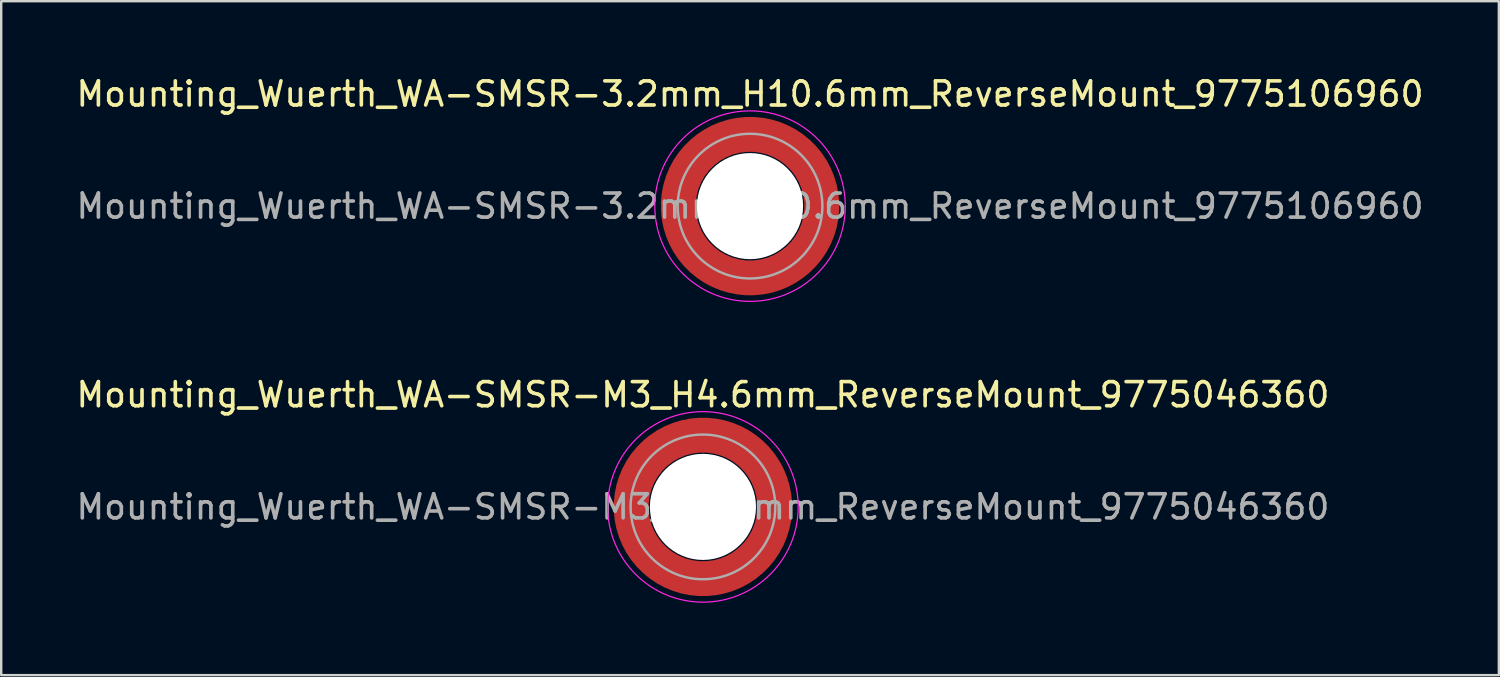
<source format=kicad_pcb>
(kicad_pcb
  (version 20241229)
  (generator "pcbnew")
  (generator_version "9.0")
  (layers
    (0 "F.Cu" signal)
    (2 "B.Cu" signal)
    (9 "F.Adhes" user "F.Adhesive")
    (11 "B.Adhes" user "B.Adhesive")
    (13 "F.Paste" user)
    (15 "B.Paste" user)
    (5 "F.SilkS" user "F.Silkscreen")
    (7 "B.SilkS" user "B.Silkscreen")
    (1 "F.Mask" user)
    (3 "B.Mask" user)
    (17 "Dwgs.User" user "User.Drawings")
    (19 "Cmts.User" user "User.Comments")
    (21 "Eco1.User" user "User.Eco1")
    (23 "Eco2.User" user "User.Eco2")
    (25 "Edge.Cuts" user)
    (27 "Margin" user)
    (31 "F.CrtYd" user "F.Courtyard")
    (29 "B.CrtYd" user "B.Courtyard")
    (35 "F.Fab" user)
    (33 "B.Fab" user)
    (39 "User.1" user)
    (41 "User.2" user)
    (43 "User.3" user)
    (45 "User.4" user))
  (footprint "Mounting_Wuerth_WA-SMSR-3.2mm_H10.6mm_ReverseMount_9775106960"
    (layer "F.Cu")
    (at 28.054 5.498)
    (property "Reference" "Mounting_Wuerth_WA-SMSR-3.2mm_H10.6mm_ReverseMount_9775106960" (at 0 -4.65 0) (layer "F.SilkS") (effects (font (size 1 1) (thickness 0.15))))
    (attr smd allow_soldermask_bridges)
    (fp_circle (center 0 0) (end 3.95 0) (stroke (width 0.05) (type solid)) (fill no) (layer "F.CrtYd"))
    (fp_circle (center 0 0) (end 3 0) (stroke (width 0.1) (type solid)) (fill no) (layer "F.Fab"))
    (fp_text user "${REFERENCE}" (at 0 0 0) (layer "F.Fab") (effects (font (size 1 1) (thickness 0.15))))
    (pad "" smd custom (at -2.095 -2.095) (size 0.672 0.672) (layers "F.Paste") (options (anchor circle)) (primitives (gr_arc (start -0.24231 1.594804) (mid 0.404819 0.404819) (end 1.594804 -0.24231) (width 0.2)) (gr_arc (start -0.3398 1.594804) (mid 0.337349 0.337349) (end 1.594804 -0.3398) (width 0.2)) (gr_arc (start -0.437132 1.594804) (mid 0.269879 0.269879) (end 1.594804 -0.437132) (width 0.2)) (gr_arc (start -0.534324 1.594804) (mid 0.202409 0.202409) (end 1.594804 -0.534324) (width 0.2)) (gr_arc (start -0.631391 1.594804) (mid 0.13494 0.13494) (end 1.594804 -0.631391) (width 0.2)) (gr_arc (start -0.728345 1.594804) (mid 0.06747 0.06747) (end 1.594804 -0.728345) (width 0.2)) (gr_arc (start -0.825197 1.594804) (mid 0 0) (end 1.594804 -0.825197) (width 0.2)) (gr_arc (start -0.921958 1.594804) (mid -0.06747 -0.06747) (end 1.594804 -0.921958) (width 0.2)) (gr_arc (start -1.018637 1.594804) (mid -0.13494 -0.13494) (end 1.594804 -1.018637) (width 0.2)) (gr_arc (start -1.115239 1.594804) (mid -0.202409 -0.202409) (end 1.594804 -1.115239) (width 0.2)) (gr_arc (start -1.211773 1.594804) (mid -0.269879 -0.269879) (end 1.594804 -1.211773) (width 0.2)) (gr_arc (start -1.308244 1.594804) (mid -0.337349 -0.337349) (end 1.594804 -1.308244) (width 0.2)) (gr_arc (start -1.404657 1.594804) (mid -0.404819 -0.404819) (end 1.594804 -1.404657) (width 0.2)) (gr_arc (start -1.404657 1.594804) (mid -0.404819 -0.404819) (end 1.594804 -1.404657) (width 0.2)) (gr_line (start 1.595 -0.242) (end 1.595 -1.405) (width 0.2)) (gr_line (start -0.242 1.595) (end -1.405 1.595) (width 0.2))))
    (pad "" smd custom (at -2.095 2.095) (size 0.672 0.672) (layers "F.Paste") (options (anchor circle)) (primitives (gr_arc (start 1.594804 0.24231) (mid 0.404819 -0.404819) (end -0.24231 -1.594804) (width 0.2)) (gr_arc (start 1.594804 0.3398) (mid 0.337349 -0.337349) (end -0.3398 -1.594804) (width 0.2)) (gr_arc (start 1.594804 0.437132) (mid 0.269879 -0.269879) (end -0.437132 -1.594804) (width 0.2)) (gr_arc (start 1.594804 0.534324) (mid 0.202409 -0.202409) (end -0.534324 -1.594804) (width 0.2)) (gr_arc (start 1.594804 0.631391) (mid 0.13494 -0.13494) (end -0.631391 -1.594804) (width 0.2)) (gr_arc (start 1.594804 0.728345) (mid 0.06747 -0.06747) (end -0.728345 -1.594804) (width 0.2)) (gr_arc (start 1.594804 0.825197) (mid 0 0) (end -0.825197 -1.594804) (width 0.2)) (gr_arc (start 1.594804 0.921958) (mid -0.06747 0.06747) (end -0.921958 -1.594804) (width 0.2)) (gr_arc (start 1.594804 1.018637) (mid -0.13494 0.13494) (end -1.018637 -1.594804) (width 0.2)) (gr_arc (start 1.594804 1.115239) (mid -0.202409 0.202409) (end -1.115239 -1.594804) (width 0.2)) (gr_arc (start 1.594804 1.211773) (mid -0.269879 0.269879) (end -1.211773 -1.594804) (width 0.2)) (gr_arc (start 1.594804 1.308244) (mid -0.337349 0.337349) (end -1.308244 -1.594804) (width 0.2)) (gr_arc (start 1.594804 1.404657) (mid -0.404819 0.404819) (end -1.404657 -1.594804) (width 0.2)) (gr_arc (start 1.594804 1.404657) (mid -0.404819 0.404819) (end -1.404657 -1.594804) (width 0.2)) (gr_line (start -0.242 -1.595) (end -1.405 -1.595) (width 0.2)) (gr_line (start 1.595 0.242) (end 1.595 1.405) (width 0.2))))
    (pad "" np_thru_hole circle (at 0 0) (size 4.4 4.4) (drill 4.4) (layers "*.Cu" "*.Mask"))
    (pad "" smd custom (at 2.095 -2.095) (size 0.672 0.672) (layers "F.Paste") (options (anchor circle)) (primitives (gr_arc (start -1.594804 -0.24231) (mid -0.404819 0.404819) (end 0.24231 1.594804) (width 0.2)) (gr_arc (start -1.594804 -0.3398) (mid -0.337349 0.337349) (end 0.3398 1.594804) (width 0.2)) (gr_arc (start -1.594804 -0.437132) (mid -0.269879 0.269879) (end 0.437132 1.594804) (width 0.2)) (gr_arc (start -1.594804 -0.534324) (mid -0.202409 0.202409) (end 0.534324 1.594804) (width 0.2)) (gr_arc (start -1.594804 -0.631391) (mid -0.13494 0.13494) (end 0.631391 1.594804) (width 0.2)) (gr_arc (start -1.594804 -0.728345) (mid -0.06747 0.06747) (end 0.728345 1.594804) (width 0.2)) (gr_arc (start -1.594804 -0.825197) (mid 0 0) (end 0.825197 1.594804) (width 0.2)) (gr_arc (start -1.594804 -0.921958) (mid 0.06747 -0.06747) (end 0.921958 1.594804) (width 0.2)) (gr_arc (start -1.594804 -1.018637) (mid 0.13494 -0.13494) (end 1.018637 1.594804) (width 0.2)) (gr_arc (start -1.594804 -1.115239) (mid 0.202409 -0.202409) (end 1.115239 1.594804) (width 0.2)) (gr_arc (start -1.594804 -1.211773) (mid 0.269879 -0.269879) (end 1.211773 1.594804) (width 0.2)) (gr_arc (start -1.594804 -1.308244) (mid 0.337349 -0.337349) (end 1.308244 1.594804) (width 0.2)) (gr_arc (start -1.594804 -1.404657) (mid 0.404819 -0.404819) (end 1.404657 1.594804) (width 0.2)) (gr_arc (start -1.594804 -1.404657) (mid 0.404819 -0.404819) (end 1.404657 1.594804) (width 0.2)) (gr_line (start 0.242 1.595) (end 1.405 1.595) (width 0.2)) (gr_line (start -1.595 -0.242) (end -1.595 -1.405) (width 0.2))))
    (pad "" smd custom (at 2.095 2.095) (size 0.672 0.672) (layers "F.Paste") (options (anchor circle)) (primitives (gr_arc (start 0.24231 -1.594804) (mid -0.404819 -0.404819) (end -1.594804 0.24231) (width 0.2)) (gr_arc (start 0.3398 -1.594804) (mid -0.337349 -0.337349) (end -1.594804 0.3398) (width 0.2)) (gr_arc (start 0.437132 -1.594804) (mid -0.269879 -0.269879) (end -1.594804 0.437132) (width 0.2)) (gr_arc (start 0.534324 -1.594804) (mid -0.202409 -0.202409) (end -1.594804 0.534324) (width 0.2)) (gr_arc (start 0.631391 -1.594804) (mid -0.13494 -0.13494) (end -1.594804 0.631391) (width 0.2)) (gr_arc (start 0.728345 -1.594804) (mid -0.06747 -0.06747) (end -1.594804 0.728345) (width 0.2)) (gr_arc (start 0.825197 -1.594804) (mid 0 0) (end -1.594804 0.825197) (width 0.2)) (gr_arc (start 0.921958 -1.594804) (mid 0.06747 0.06747) (end -1.594804 0.921958) (width 0.2)) (gr_arc (start 1.018637 -1.594804) (mid 0.13494 0.13494) (end -1.594804 1.018637) (width 0.2)) (gr_arc (start 1.115239 -1.594804) (mid 0.202409 0.202409) (end -1.594804 1.115239) (width 0.2)) (gr_arc (start 1.211773 -1.594804) (mid 0.269879 0.269879) (end -1.594804 1.211773) (width 0.2)) (gr_arc (start 1.308244 -1.594804) (mid 0.337349 0.337349) (end -1.594804 1.308244) (width 0.2)) (gr_arc (start 1.404657 -1.594804) (mid 0.404819 0.404819) (end -1.594804 1.404657) (width 0.2)) (gr_arc (start 1.404657 -1.594804) (mid 0.404819 0.404819) (end -1.594804 1.404657) (width 0.2)) (gr_line (start -1.595 0.242) (end -1.595 1.405) (width 0.2)) (gr_line (start 0.242 -1.595) (end 1.405 -1.595) (width 0.2))))
    (pad "1" smd circle (at -2.975 0) (size 0.942 0.942) (layers "F.Cu"))
    (pad "1" smd circle (at 0 -2.975) (size 0.942 0.942) (layers "F.Cu"))
    (pad "1" smd circle (at 0 2.975) (size 0.942 0.942) (layers "F.Cu"))
    (pad "1" smd custom (at 2.975 0) (size 1.45 1.45) (layers "F.Cu" "F.Mask") (options (anchor circle)) (primitives (gr_circle (center -2.975 0) (end 0 0) (width 1.45) (fill no)))))
  (footprint "Mounting_Wuerth_WA-SMSR-M3_H4.6mm_ReverseMount_9775046360"
    (layer "F.Cu")
    (at 26.101 17.971)
    (property "Reference" "Mounting_Wuerth_WA-SMSR-M3_H4.6mm_ReverseMount_9775046360" (at 0 -4.65 0) (layer "F.SilkS") (effects (font (size 1 1) (thickness 0.15))))
    (attr smd allow_soldermask_bridges)
    (fp_circle (center 0 0) (end 3.95 0) (stroke (width 0.05) (type solid)) (fill no) (layer "F.CrtYd"))
    (fp_circle (center 0 0) (end 3 0) (stroke (width 0.1) (type solid)) (fill no) (layer "F.Fab"))
    (fp_text user "${REFERENCE}" (at 0 0 0) (layer "F.Fab") (effects (font (size 1 1) (thickness 0.15))))
    (pad "" smd custom (at -2.095 -2.095) (size 0.672 0.672) (layers "F.Paste") (options (anchor circle)) (primitives (gr_arc (start -0.24231 1.594804) (mid 0.404819 0.404819) (end 1.594804 -0.24231) (width 0.2)) (gr_arc (start -0.3398 1.594804) (mid 0.337349 0.337349) (end 1.594804 -0.3398) (width 0.2)) (gr_arc (start -0.437132 1.594804) (mid 0.269879 0.269879) (end 1.594804 -0.437132) (width 0.2)) (gr_arc (start -0.534324 1.594804) (mid 0.202409 0.202409) (end 1.594804 -0.534324) (width 0.2)) (gr_arc (start -0.631391 1.594804) (mid 0.13494 0.13494) (end 1.594804 -0.631391) (width 0.2)) (gr_arc (start -0.728345 1.594804) (mid 0.06747 0.06747) (end 1.594804 -0.728345) (width 0.2)) (gr_arc (start -0.825197 1.594804) (mid 0 0) (end 1.594804 -0.825197) (width 0.2)) (gr_arc (start -0.921958 1.594804) (mid -0.06747 -0.06747) (end 1.594804 -0.921958) (width 0.2)) (gr_arc (start -1.018637 1.594804) (mid -0.13494 -0.13494) (end 1.594804 -1.018637) (width 0.2)) (gr_arc (start -1.115239 1.594804) (mid -0.202409 -0.202409) (end 1.594804 -1.115239) (width 0.2)) (gr_arc (start -1.211773 1.594804) (mid -0.269879 -0.269879) (end 1.594804 -1.211773) (width 0.2)) (gr_arc (start -1.308244 1.594804) (mid -0.337349 -0.337349) (end 1.594804 -1.308244) (width 0.2)) (gr_arc (start -1.404657 1.594804) (mid -0.404819 -0.404819) (end 1.594804 -1.404657) (width 0.2)) (gr_arc (start -1.404657 1.594804) (mid -0.404819 -0.404819) (end 1.594804 -1.404657) (width 0.2)) (gr_line (start 1.595 -0.242) (end 1.595 -1.405) (width 0.2)) (gr_line (start -0.242 1.595) (end -1.405 1.595) (width 0.2))))
    (pad "" smd custom (at -2.095 2.095) (size 0.672 0.672) (layers "F.Paste") (options (anchor circle)) (primitives (gr_arc (start 1.594804 0.24231) (mid 0.404819 -0.404819) (end -0.24231 -1.594804) (width 0.2)) (gr_arc (start 1.594804 0.3398) (mid 0.337349 -0.337349) (end -0.3398 -1.594804) (width 0.2)) (gr_arc (start 1.594804 0.437132) (mid 0.269879 -0.269879) (end -0.437132 -1.594804) (width 0.2)) (gr_arc (start 1.594804 0.534324) (mid 0.202409 -0.202409) (end -0.534324 -1.594804) (width 0.2)) (gr_arc (start 1.594804 0.631391) (mid 0.13494 -0.13494) (end -0.631391 -1.594804) (width 0.2)) (gr_arc (start 1.594804 0.728345) (mid 0.06747 -0.06747) (end -0.728345 -1.594804) (width 0.2)) (gr_arc (start 1.594804 0.825197) (mid 0 0) (end -0.825197 -1.594804) (width 0.2)) (gr_arc (start 1.594804 0.921958) (mid -0.06747 0.06747) (end -0.921958 -1.594804) (width 0.2)) (gr_arc (start 1.594804 1.018637) (mid -0.13494 0.13494) (end -1.018637 -1.594804) (width 0.2)) (gr_arc (start 1.594804 1.115239) (mid -0.202409 0.202409) (end -1.115239 -1.594804) (width 0.2)) (gr_arc (start 1.594804 1.211773) (mid -0.269879 0.269879) (end -1.211773 -1.594804) (width 0.2)) (gr_arc (start 1.594804 1.308244) (mid -0.337349 0.337349) (end -1.308244 -1.594804) (width 0.2)) (gr_arc (start 1.594804 1.404657) (mid -0.404819 0.404819) (end -1.404657 -1.594804) (width 0.2)) (gr_arc (start 1.594804 1.404657) (mid -0.404819 0.404819) (end -1.404657 -1.594804) (width 0.2)) (gr_line (start -0.242 -1.595) (end -1.405 -1.595) (width 0.2)) (gr_line (start 1.595 0.242) (end 1.595 1.405) (width 0.2))))
    (pad "" np_thru_hole circle (at 0 0) (size 4.4 4.4) (drill 4.4) (layers "*.Cu" "*.Mask"))
    (pad "" smd custom (at 2.095 -2.095) (size 0.672 0.672) (layers "F.Paste") (options (anchor circle)) (primitives (gr_arc (start -1.594804 -0.24231) (mid -0.404819 0.404819) (end 0.24231 1.594804) (width 0.2)) (gr_arc (start -1.594804 -0.3398) (mid -0.337349 0.337349) (end 0.3398 1.594804) (width 0.2)) (gr_arc (start -1.594804 -0.437132) (mid -0.269879 0.269879) (end 0.437132 1.594804) (width 0.2)) (gr_arc (start -1.594804 -0.534324) (mid -0.202409 0.202409) (end 0.534324 1.594804) (width 0.2)) (gr_arc (start -1.594804 -0.631391) (mid -0.13494 0.13494) (end 0.631391 1.594804) (width 0.2)) (gr_arc (start -1.594804 -0.728345) (mid -0.06747 0.06747) (end 0.728345 1.594804) (width 0.2)) (gr_arc (start -1.594804 -0.825197) (mid 0 0) (end 0.825197 1.594804) (width 0.2)) (gr_arc (start -1.594804 -0.921958) (mid 0.06747 -0.06747) (end 0.921958 1.594804) (width 0.2)) (gr_arc (start -1.594804 -1.018637) (mid 0.13494 -0.13494) (end 1.018637 1.594804) (width 0.2)) (gr_arc (start -1.594804 -1.115239) (mid 0.202409 -0.202409) (end 1.115239 1.594804) (width 0.2)) (gr_arc (start -1.594804 -1.211773) (mid 0.269879 -0.269879) (end 1.211773 1.594804) (width 0.2)) (gr_arc (start -1.594804 -1.308244) (mid 0.337349 -0.337349) (end 1.308244 1.594804) (width 0.2)) (gr_arc (start -1.594804 -1.404657) (mid 0.404819 -0.404819) (end 1.404657 1.594804) (width 0.2)) (gr_arc (start -1.594804 -1.404657) (mid 0.404819 -0.404819) (end 1.404657 1.594804) (width 0.2)) (gr_line (start 0.242 1.595) (end 1.405 1.595) (width 0.2)) (gr_line (start -1.595 -0.242) (end -1.595 -1.405) (width 0.2))))
    (pad "" smd custom (at 2.095 2.095) (size 0.672 0.672) (layers "F.Paste") (options (anchor circle)) (primitives (gr_arc (start 0.24231 -1.594804) (mid -0.404819 -0.404819) (end -1.594804 0.24231) (width 0.2)) (gr_arc (start 0.3398 -1.594804) (mid -0.337349 -0.337349) (end -1.594804 0.3398) (width 0.2)) (gr_arc (start 0.437132 -1.594804) (mid -0.269879 -0.269879) (end -1.594804 0.437132) (width 0.2)) (gr_arc (start 0.534324 -1.594804) (mid -0.202409 -0.202409) (end -1.594804 0.534324) (width 0.2)) (gr_arc (start 0.631391 -1.594804) (mid -0.13494 -0.13494) (end -1.594804 0.631391) (width 0.2)) (gr_arc (start 0.728345 -1.594804) (mid -0.06747 -0.06747) (end -1.594804 0.728345) (width 0.2)) (gr_arc (start 0.825197 -1.594804) (mid 0 0) (end -1.594804 0.825197) (width 0.2)) (gr_arc (start 0.921958 -1.594804) (mid 0.06747 0.06747) (end -1.594804 0.921958) (width 0.2)) (gr_arc (start 1.018637 -1.594804) (mid 0.13494 0.13494) (end -1.594804 1.018637) (width 0.2)) (gr_arc (start 1.115239 -1.594804) (mid 0.202409 0.202409) (end -1.594804 1.115239) (width 0.2)) (gr_arc (start 1.211773 -1.594804) (mid 0.269879 0.269879) (end -1.594804 1.211773) (width 0.2)) (gr_arc (start 1.308244 -1.594804) (mid 0.337349 0.337349) (end -1.594804 1.308244) (width 0.2)) (gr_arc (start 1.404657 -1.594804) (mid 0.404819 0.404819) (end -1.594804 1.404657) (width 0.2)) (gr_arc (start 1.404657 -1.594804) (mid 0.404819 0.404819) (end -1.594804 1.404657) (width 0.2)) (gr_line (start -1.595 0.242) (end -1.595 1.405) (width 0.2)) (gr_line (start 0.242 -1.595) (end 1.405 -1.595) (width 0.2))))
    (pad "1" smd circle (at -2.975 0) (size 0.942 0.942) (layers "F.Cu"))
    (pad "1" smd circle (at 0 -2.975) (size 0.942 0.942) (layers "F.Cu"))
    (pad "1" smd circle (at 0 2.975) (size 0.942 0.942) (layers "F.Cu"))
    (pad "1" smd custom (at 2.975 0) (size 1.45 1.45) (layers "F.Cu" "F.Mask") (options (anchor circle)) (primitives (gr_circle (center -2.975 0) (end 0 0) (width 1.45) (fill no)))))
  (gr_rect
    (start -3 -3)
    (end 59.107 24.947)
    (stroke (width 0.1) (type default))
    (fill no)
    (layer "Edge.Cuts")))
</source>
